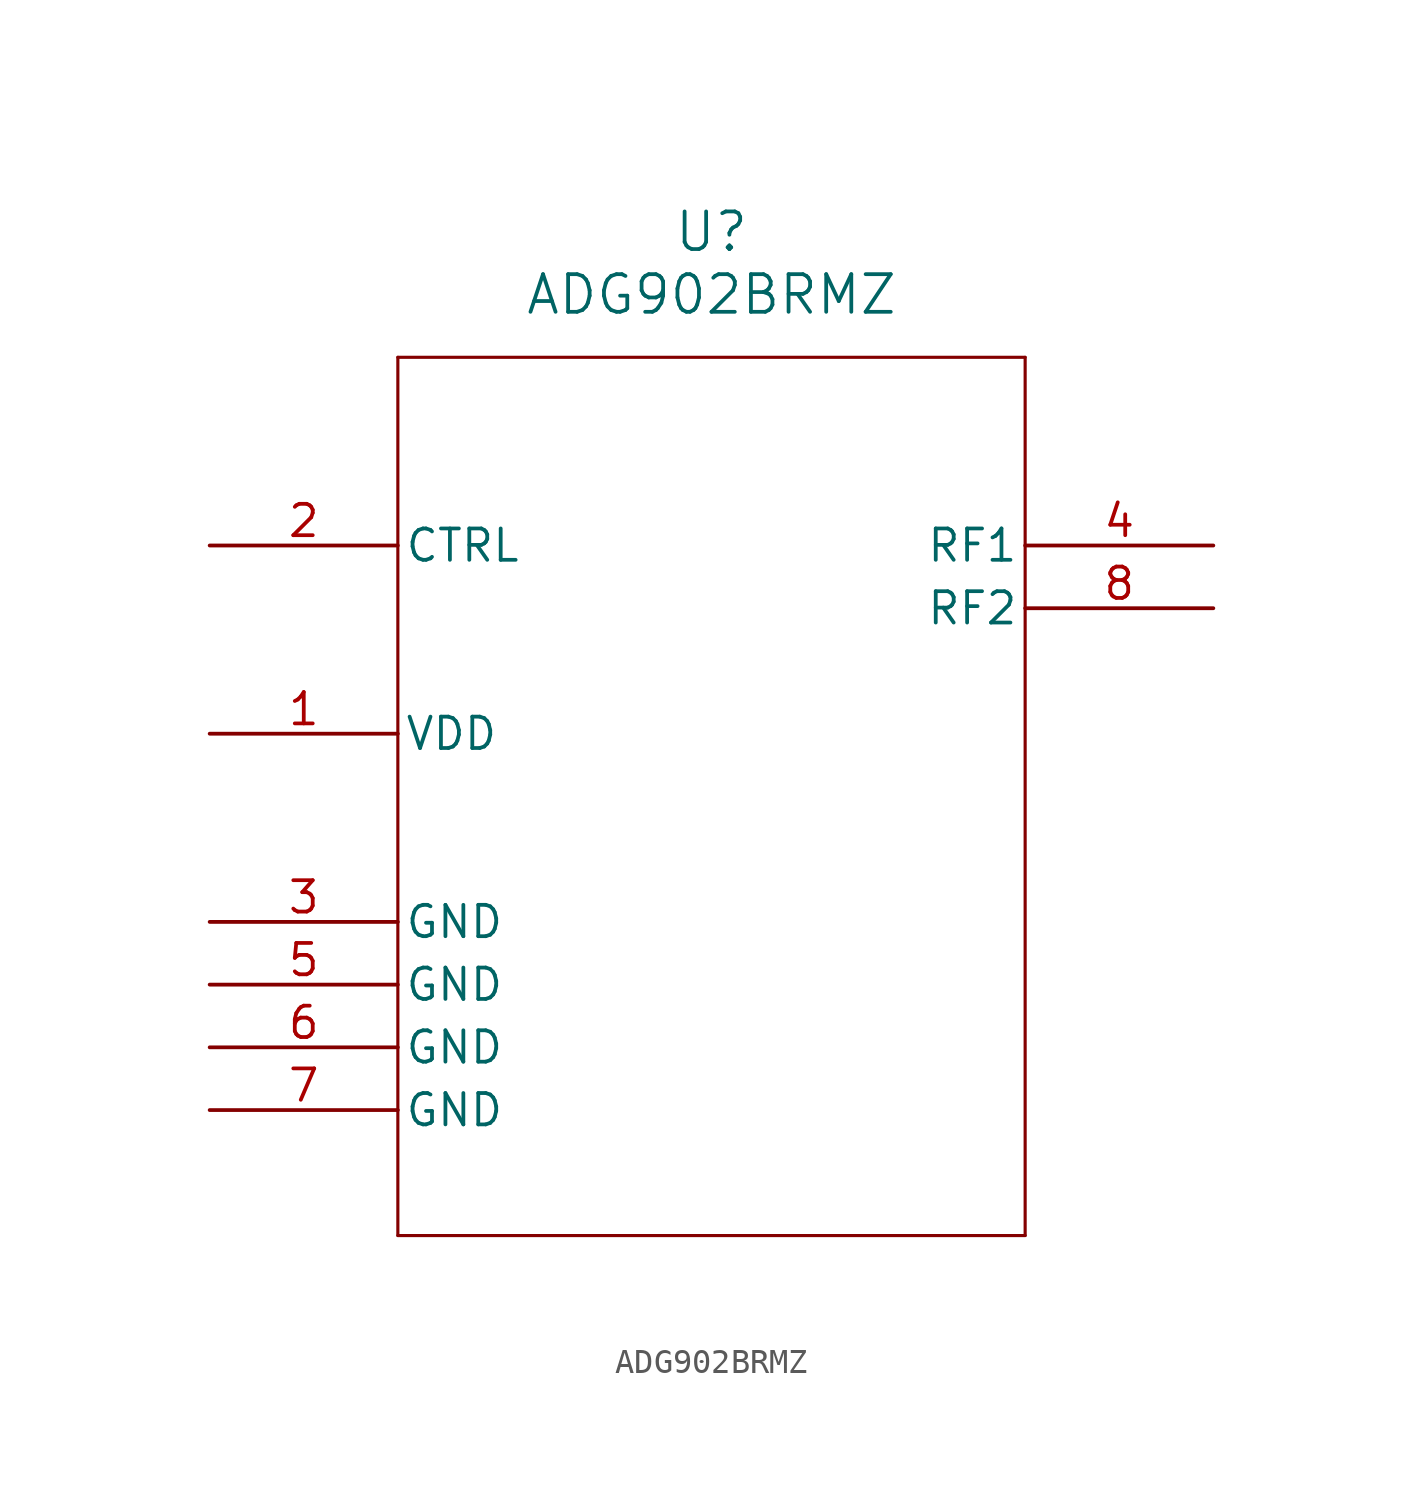
<source format=kicad_sym>
(kicad_symbol_lib
  (version 20211014)
  (generator kicad_symbol_editor)
  (symbol "ADG902BRMZ"
    (pin_names
      (offset 0.254))
    (property "Reference" "U"
      (at 20.32 12.7 0)
      (effects (font (size 1.524 1.524))))
    (property "Value" "ADG902BRMZ"
      (at 20.32 10.16 0)
      (effects (font (size 1.524 1.524))))
    (symbol "ADG902BRMZ_0_1"
      (polyline (pts (xy 7.62 7.62) (xy 7.62 -27.94)) (stroke (width 0.127) (type default) (color 0 0 0 0)) (fill (type none)))
      (polyline (pts (xy 7.62 -27.94) (xy 33.02 -27.94)) (stroke (width 0.127) (type default) (color 0 0 0 0)) (fill (type none)))
      (polyline (pts (xy 33.02 -27.94) (xy 33.02 7.62)) (stroke (width 0.127) (type default) (color 0 0 0 0)) (fill (type none)))
      (polyline (pts (xy 33.02 7.62) (xy 7.62 7.62)) (stroke (width 0.127) (type default) (color 0 0 0 0)) (fill (type none)))
      (pin power_in line (at 0 -7.62 0) (length 7.62) (name "VDD" (effects (font (size 1.27 1.27)))) (number "1" (effects (font (size 1.27 1.27)))))
      (pin unspecified line (at 0 0 0) (length 7.62) (name "CTRL" (effects (font (size 1.27 1.27)))) (number "2" (effects (font (size 1.27 1.27)))))
      (pin unspecified line (at 0 -15.24 0) (length 7.62) (name "GND" (effects (font (size 1.27 1.27)))) (number "3" (effects (font (size 1.27 1.27)))))
      (pin unspecified line (at 40.64 0 180) (length 7.62) (name "RF1" (effects (font (size 1.27 1.27)))) (number "4" (effects (font (size 1.27 1.27)))))
      (pin unspecified line (at 0 -17.78 0) (length 7.62) (name "GND" (effects (font (size 1.27 1.27)))) (number "5" (effects (font (size 1.27 1.27)))))
      (pin unspecified line (at 0 -20.32 0) (length 7.62) (name "GND" (effects (font (size 1.27 1.27)))) (number "6" (effects (font (size 1.27 1.27)))))
      (pin unspecified line (at 0 -22.86 0) (length 7.62) (name "GND" (effects (font (size 1.27 1.27)))) (number "7" (effects (font (size 1.27 1.27)))))
      (pin unspecified line (at 40.64 -2.54 180) (length 7.62) (name "RF2" (effects (font (size 1.27 1.27)))) (number "8" (effects (font (size 1.27 1.27))))))))
</source>
